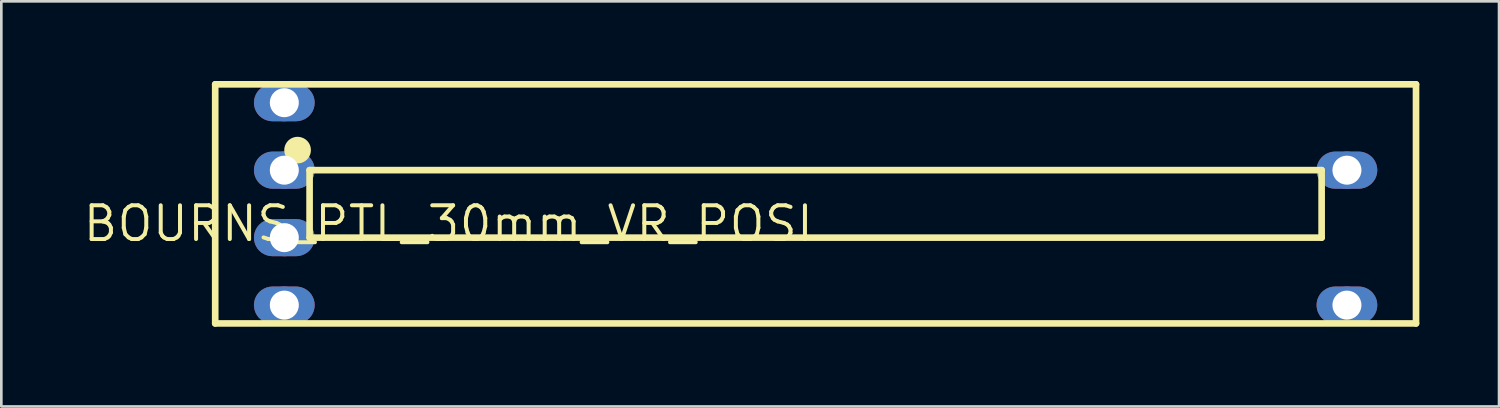
<source format=kicad_pcb>
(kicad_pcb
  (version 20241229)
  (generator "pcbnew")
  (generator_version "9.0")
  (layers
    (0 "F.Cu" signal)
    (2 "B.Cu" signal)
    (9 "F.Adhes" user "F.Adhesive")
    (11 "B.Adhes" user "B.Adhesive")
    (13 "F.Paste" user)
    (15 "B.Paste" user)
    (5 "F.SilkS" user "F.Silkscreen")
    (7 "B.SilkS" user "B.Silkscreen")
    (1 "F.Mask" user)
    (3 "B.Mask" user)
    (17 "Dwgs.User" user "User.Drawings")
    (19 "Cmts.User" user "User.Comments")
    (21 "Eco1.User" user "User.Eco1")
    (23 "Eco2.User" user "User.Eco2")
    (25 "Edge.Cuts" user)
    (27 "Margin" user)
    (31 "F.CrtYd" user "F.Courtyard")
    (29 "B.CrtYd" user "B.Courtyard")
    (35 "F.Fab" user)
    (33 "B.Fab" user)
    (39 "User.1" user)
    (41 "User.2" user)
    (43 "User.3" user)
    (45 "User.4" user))
  (footprint "BOURNS_PTL_30mm_VR_POSI"
    (layer "F.Cu")
    (at 27.652 4.625)
    (property "Reference" "BOURNS_PTL_30mm_VR_POSI" (at 0 0 0) (layer "F.SilkS") (effects (font (size 1.27 1.27) (thickness 0.15)) (justify right top)))
    (fp_poly (pts (xy -19.446 -4.5) (xy -19.34 -4.474) (xy -19.239 -4.432) (xy -19.145 -4.375) (xy -19.061 -4.304) (xy -18.99 -4.221) (xy -18.933 -4.127) (xy -18.891 -4.026) (xy -18.866 -3.919) (xy -18.857 -3.81) (xy -18.866 -3.701) (xy -18.891 -3.594) (xy -18.933 -3.493) (xy -18.99 -3.399) (xy -19.061 -3.316) (xy -19.145 -3.245) (xy -19.239 -3.188) (xy -19.34 -3.146) (xy -19.446 -3.12) (xy -19.556 -3.111) (xy -20.444 -3.111) (xy -20.554 -3.12) (xy -20.66 -3.146) (xy -20.761 -3.188) (xy -20.855 -3.245) (xy -20.939 -3.316) (xy -21.01 -3.399) (xy -21.067 -3.493) (xy -21.109 -3.594) (xy -21.134 -3.701) (xy -21.143 -3.81) (xy -21.134 -3.919) (xy -21.109 -4.026) (xy -21.067 -4.127) (xy -21.01 -4.221) (xy -20.939 -4.304) (xy -20.855 -4.375) (xy -20.761 -4.432) (xy -20.66 -4.474) (xy -20.554 -4.5) (xy -20.444 -4.508) (xy -19.556 -4.508)) (stroke (width 0) (type default)) (fill yes) (layer "F.Cu"))
    (fp_poly (pts (xy -19.446 -1.96) (xy -19.34 -1.934) (xy -19.239 -1.892) (xy -19.145 -1.835) (xy -19.061 -1.764) (xy -18.99 -1.681) (xy -18.933 -1.587) (xy -18.891 -1.486) (xy -18.866 -1.379) (xy -18.857 -1.27) (xy -18.866 -1.161) (xy -18.891 -1.054) (xy -18.933 -0.953) (xy -18.99 -0.859) (xy -19.061 -0.776) (xy -19.145 -0.705) (xy -19.239 -0.648) (xy -19.34 -0.606) (xy -19.446 -0.58) (xy -19.556 -0.571) (xy -20.444 -0.571) (xy -20.554 -0.58) (xy -20.66 -0.606) (xy -20.761 -0.648) (xy -20.855 -0.705) (xy -20.939 -0.776) (xy -21.01 -0.859) (xy -21.067 -0.953) (xy -21.109 -1.054) (xy -21.134 -1.161) (xy -21.143 -1.27) (xy -21.134 -1.379) (xy -21.109 -1.486) (xy -21.067 -1.587) (xy -21.01 -1.681) (xy -20.939 -1.764) (xy -20.855 -1.835) (xy -20.761 -1.892) (xy -20.66 -1.934) (xy -20.554 -1.96) (xy -20.444 -1.969) (xy -19.556 -1.969)) (stroke (width 0) (type default)) (fill yes) (layer "F.Cu"))
    (fp_poly (pts (xy -19.446 0.58) (xy -19.34 0.606) (xy -19.239 0.648) (xy -19.145 0.705) (xy -19.061 0.776) (xy -18.99 0.859) (xy -18.933 0.953) (xy -18.891 1.054) (xy -18.866 1.161) (xy -18.857 1.27) (xy -18.866 1.379) (xy -18.891 1.486) (xy -18.933 1.587) (xy -18.99 1.681) (xy -19.061 1.764) (xy -19.145 1.835) (xy -19.239 1.892) (xy -19.34 1.934) (xy -19.446 1.96) (xy -19.556 1.969) (xy -20.444 1.969) (xy -20.554 1.96) (xy -20.66 1.934) (xy -20.761 1.892) (xy -20.855 1.835) (xy -20.939 1.764) (xy -21.01 1.681) (xy -21.067 1.587) (xy -21.109 1.486) (xy -21.134 1.379) (xy -21.143 1.27) (xy -21.134 1.161) (xy -21.109 1.054) (xy -21.067 0.953) (xy -21.01 0.859) (xy -20.939 0.776) (xy -20.855 0.705) (xy -20.761 0.648) (xy -20.66 0.606) (xy -20.554 0.58) (xy -20.444 0.571) (xy -19.556 0.571)) (stroke (width 0) (type default)) (fill yes) (layer "F.Cu"))
    (fp_poly (pts (xy -19.446 3.12) (xy -19.34 3.146) (xy -19.239 3.188) (xy -19.145 3.245) (xy -19.061 3.316) (xy -18.99 3.399) (xy -18.933 3.493) (xy -18.891 3.594) (xy -18.866 3.701) (xy -18.857 3.81) (xy -18.866 3.919) (xy -18.891 4.026) (xy -18.933 4.127) (xy -18.99 4.221) (xy -19.061 4.304) (xy -19.145 4.375) (xy -19.239 4.432) (xy -19.34 4.474) (xy -19.446 4.5) (xy -19.556 4.508) (xy -20.444 4.508) (xy -20.554 4.5) (xy -20.66 4.474) (xy -20.761 4.432) (xy -20.855 4.375) (xy -20.939 4.304) (xy -21.01 4.221) (xy -21.067 4.127) (xy -21.109 4.026) (xy -21.134 3.919) (xy -21.143 3.81) (xy -21.134 3.701) (xy -21.109 3.594) (xy -21.067 3.493) (xy -21.01 3.399) (xy -20.939 3.316) (xy -20.855 3.245) (xy -20.761 3.188) (xy -20.66 3.146) (xy -20.554 3.12) (xy -20.444 3.111) (xy -19.556 3.111)) (stroke (width 0) (type default)) (fill yes) (layer "F.Cu"))
    (fp_poly (pts (xy 20.554 -1.96) (xy 20.66 -1.934) (xy 20.761 -1.892) (xy 20.855 -1.835) (xy 20.939 -1.764) (xy 21.01 -1.681) (xy 21.067 -1.587) (xy 21.109 -1.486) (xy 21.134 -1.379) (xy 21.143 -1.27) (xy 21.134 -1.161) (xy 21.109 -1.054) (xy 21.067 -0.953) (xy 21.01 -0.859) (xy 20.939 -0.776) (xy 20.855 -0.705) (xy 20.761 -0.648) (xy 20.66 -0.606) (xy 20.554 -0.58) (xy 20.444 -0.571) (xy 19.556 -0.571) (xy 19.446 -0.58) (xy 19.34 -0.606) (xy 19.239 -0.648) (xy 19.145 -0.705) (xy 19.061 -0.776) (xy 18.99 -0.859) (xy 18.933 -0.953) (xy 18.891 -1.054) (xy 18.866 -1.161) (xy 18.857 -1.27) (xy 18.866 -1.379) (xy 18.891 -1.486) (xy 18.933 -1.587) (xy 18.99 -1.681) (xy 19.061 -1.764) (xy 19.145 -1.835) (xy 19.239 -1.892) (xy 19.34 -1.934) (xy 19.446 -1.96) (xy 19.556 -1.969) (xy 20.444 -1.969)) (stroke (width 0) (type default)) (fill yes) (layer "F.Cu"))
    (fp_poly (pts (xy 20.554 3.12) (xy 20.66 3.146) (xy 20.761 3.188) (xy 20.855 3.245) (xy 20.939 3.316) (xy 21.01 3.399) (xy 21.067 3.493) (xy 21.109 3.594) (xy 21.134 3.701) (xy 21.143 3.81) (xy 21.134 3.919) (xy 21.109 4.026) (xy 21.067 4.127) (xy 21.01 4.221) (xy 20.939 4.304) (xy 20.855 4.375) (xy 20.761 4.432) (xy 20.66 4.474) (xy 20.554 4.5) (xy 20.444 4.508) (xy 19.556 4.508) (xy 19.446 4.5) (xy 19.34 4.474) (xy 19.239 4.432) (xy 19.145 4.375) (xy 19.061 4.304) (xy 18.99 4.221) (xy 18.933 4.127) (xy 18.891 4.026) (xy 18.866 3.919) (xy 18.857 3.81) (xy 18.866 3.701) (xy 18.891 3.594) (xy 18.933 3.493) (xy 18.99 3.399) (xy 19.061 3.316) (xy 19.145 3.245) (xy 19.239 3.188) (xy 19.34 3.146) (xy 19.446 3.12) (xy 19.556 3.111) (xy 20.444 3.111)) (stroke (width 0) (type default)) (fill yes) (layer "F.Cu"))
    (fp_poly (pts (xy -19.43 -4.601) (xy -19.308 -4.572) (xy -19.192 -4.524) (xy -19.084 -4.458) (xy -18.989 -4.377) (xy -18.907 -4.281) (xy -18.842 -4.173) (xy -18.794 -4.057) (xy -18.764 -3.935) (xy -18.754 -3.81) (xy -18.764 -3.685) (xy -18.794 -3.563) (xy -18.842 -3.447) (xy -18.907 -3.339) (xy -18.989 -3.243) (xy -19.084 -3.162) (xy -19.192 -3.096) (xy -19.308 -3.048) (xy -19.43 -3.019) (xy -19.556 -3.009) (xy -20.444 -3.009) (xy -20.57 -3.019) (xy -20.692 -3.048) (xy -20.808 -3.096) (xy -20.916 -3.162) (xy -21.011 -3.243) (xy -21.093 -3.339) (xy -21.158 -3.447) (xy -21.206 -3.563) (xy -21.236 -3.685) (xy -21.246 -3.81) (xy -21.236 -3.935) (xy -21.206 -4.057) (xy -21.158 -4.173) (xy -21.093 -4.281) (xy -21.011 -4.377) (xy -20.916 -4.458) (xy -20.808 -4.524) (xy -20.692 -4.572) (xy -20.57 -4.601) (xy -20.444 -4.611) (xy -19.556 -4.611)) (stroke (width 0) (type default)) (fill yes) (layer "F.Mask"))
    (fp_poly (pts (xy -19.43 -2.061) (xy -19.308 -2.032) (xy -19.192 -1.984) (xy -19.084 -1.918) (xy -18.989 -1.837) (xy -18.907 -1.741) (xy -18.842 -1.633) (xy -18.794 -1.517) (xy -18.764 -1.395) (xy -18.754 -1.27) (xy -18.764 -1.145) (xy -18.794 -1.023) (xy -18.842 -0.907) (xy -18.907 -0.799) (xy -18.989 -0.703) (xy -19.084 -0.622) (xy -19.192 -0.556) (xy -19.308 -0.508) (xy -19.43 -0.479) (xy -19.556 -0.469) (xy -20.444 -0.469) (xy -20.57 -0.479) (xy -20.692 -0.508) (xy -20.808 -0.556) (xy -20.916 -0.622) (xy -21.011 -0.703) (xy -21.093 -0.799) (xy -21.158 -0.907) (xy -21.206 -1.023) (xy -21.236 -1.145) (xy -21.246 -1.27) (xy -21.236 -1.395) (xy -21.206 -1.517) (xy -21.158 -1.633) (xy -21.093 -1.741) (xy -21.011 -1.837) (xy -20.916 -1.918) (xy -20.808 -1.984) (xy -20.692 -2.032) (xy -20.57 -2.061) (xy -20.444 -2.071) (xy -19.556 -2.071)) (stroke (width 0) (type default)) (fill yes) (layer "F.Mask"))
    (fp_poly (pts (xy -19.43 0.479) (xy -19.308 0.508) (xy -19.192 0.556) (xy -19.084 0.622) (xy -18.989 0.703) (xy -18.907 0.799) (xy -18.842 0.907) (xy -18.794 1.023) (xy -18.764 1.145) (xy -18.754 1.27) (xy -18.764 1.395) (xy -18.794 1.517) (xy -18.842 1.633) (xy -18.907 1.741) (xy -18.989 1.837) (xy -19.084 1.918) (xy -19.192 1.984) (xy -19.308 2.032) (xy -19.43 2.061) (xy -19.556 2.071) (xy -20.444 2.071) (xy -20.57 2.061) (xy -20.692 2.032) (xy -20.808 1.984) (xy -20.916 1.918) (xy -21.011 1.837) (xy -21.093 1.741) (xy -21.158 1.633) (xy -21.206 1.517) (xy -21.236 1.395) (xy -21.246 1.27) (xy -21.236 1.145) (xy -21.206 1.023) (xy -21.158 0.907) (xy -21.093 0.799) (xy -21.011 0.703) (xy -20.916 0.622) (xy -20.808 0.556) (xy -20.692 0.508) (xy -20.57 0.479) (xy -20.444 0.469) (xy -19.556 0.469)) (stroke (width 0) (type default)) (fill yes) (layer "F.Mask"))
    (fp_poly (pts (xy -19.43 3.019) (xy -19.308 3.048) (xy -19.192 3.096) (xy -19.084 3.162) (xy -18.989 3.243) (xy -18.907 3.339) (xy -18.842 3.447) (xy -18.794 3.563) (xy -18.764 3.685) (xy -18.754 3.81) (xy -18.764 3.935) (xy -18.794 4.057) (xy -18.842 4.173) (xy -18.907 4.281) (xy -18.989 4.377) (xy -19.084 4.458) (xy -19.192 4.524) (xy -19.308 4.572) (xy -19.43 4.601) (xy -19.556 4.611) (xy -20.444 4.611) (xy -20.57 4.601) (xy -20.692 4.572) (xy -20.808 4.524) (xy -20.916 4.458) (xy -21.011 4.377) (xy -21.093 4.281) (xy -21.158 4.173) (xy -21.206 4.057) (xy -21.236 3.935) (xy -21.246 3.81) (xy -21.236 3.685) (xy -21.206 3.563) (xy -21.158 3.447) (xy -21.093 3.339) (xy -21.011 3.243) (xy -20.916 3.162) (xy -20.808 3.096) (xy -20.692 3.048) (xy -20.57 3.019) (xy -20.444 3.009) (xy -19.556 3.009)) (stroke (width 0) (type default)) (fill yes) (layer "F.Mask"))
    (fp_poly (pts (xy 20.57 -2.061) (xy 20.692 -2.032) (xy 20.808 -1.984) (xy 20.916 -1.918) (xy 21.011 -1.837) (xy 21.093 -1.741) (xy 21.158 -1.633) (xy 21.206 -1.517) (xy 21.236 -1.395) (xy 21.246 -1.27) (xy 21.236 -1.145) (xy 21.206 -1.023) (xy 21.158 -0.907) (xy 21.093 -0.799) (xy 21.011 -0.703) (xy 20.916 -0.622) (xy 20.808 -0.556) (xy 20.692 -0.508) (xy 20.57 -0.479) (xy 20.444 -0.469) (xy 19.556 -0.469) (xy 19.43 -0.479) (xy 19.308 -0.508) (xy 19.192 -0.556) (xy 19.084 -0.622) (xy 18.989 -0.703) (xy 18.907 -0.799) (xy 18.842 -0.907) (xy 18.794 -1.023) (xy 18.764 -1.145) (xy 18.754 -1.27) (xy 18.764 -1.395) (xy 18.794 -1.517) (xy 18.842 -1.633) (xy 18.907 -1.741) (xy 18.989 -1.837) (xy 19.084 -1.918) (xy 19.192 -1.984) (xy 19.308 -2.032) (xy 19.43 -2.061) (xy 19.556 -2.071) (xy 20.444 -2.071)) (stroke (width 0) (type default)) (fill yes) (layer "F.Mask"))
    (fp_poly (pts (xy 20.57 3.019) (xy 20.692 3.048) (xy 20.808 3.096) (xy 20.916 3.162) (xy 21.011 3.243) (xy 21.093 3.339) (xy 21.158 3.447) (xy 21.206 3.563) (xy 21.236 3.685) (xy 21.246 3.81) (xy 21.236 3.935) (xy 21.206 4.057) (xy 21.158 4.173) (xy 21.093 4.281) (xy 21.011 4.377) (xy 20.916 4.458) (xy 20.808 4.524) (xy 20.692 4.572) (xy 20.57 4.601) (xy 20.444 4.611) (xy 19.556 4.611) (xy 19.43 4.601) (xy 19.308 4.572) (xy 19.192 4.524) (xy 19.084 4.458) (xy 18.989 4.377) (xy 18.907 4.281) (xy 18.842 4.173) (xy 18.794 4.057) (xy 18.764 3.935) (xy 18.754 3.81) (xy 18.764 3.685) (xy 18.794 3.563) (xy 18.842 3.447) (xy 18.907 3.339) (xy 18.989 3.243) (xy 19.084 3.162) (xy 19.192 3.096) (xy 19.308 3.048) (xy 19.43 3.019) (xy 19.556 3.009) (xy 20.444 3.009)) (stroke (width 0) (type default)) (fill yes) (layer "F.Mask"))
    (fp_poly (pts (xy -19.446 -4.5) (xy -19.34 -4.474) (xy -19.239 -4.432) (xy -19.145 -4.375) (xy -19.061 -4.304) (xy -18.99 -4.221) (xy -18.933 -4.127) (xy -18.891 -4.026) (xy -18.866 -3.919) (xy -18.857 -3.81) (xy -18.866 -3.701) (xy -18.891 -3.594) (xy -18.933 -3.493) (xy -18.99 -3.399) (xy -19.061 -3.316) (xy -19.145 -3.245) (xy -19.239 -3.188) (xy -19.34 -3.146) (xy -19.446 -3.12) (xy -19.556 -3.111) (xy -20.444 -3.111) (xy -20.554 -3.12) (xy -20.66 -3.146) (xy -20.761 -3.188) (xy -20.855 -3.245) (xy -20.939 -3.316) (xy -21.01 -3.399) (xy -21.067 -3.493) (xy -21.109 -3.594) (xy -21.134 -3.701) (xy -21.143 -3.81) (xy -21.134 -3.919) (xy -21.109 -4.026) (xy -21.067 -4.127) (xy -21.01 -4.221) (xy -20.939 -4.304) (xy -20.855 -4.375) (xy -20.761 -4.432) (xy -20.66 -4.474) (xy -20.554 -4.5) (xy -20.444 -4.508) (xy -19.556 -4.508)) (stroke (width 0) (type default)) (fill yes) (layer "B.Cu"))
    (fp_poly (pts (xy -19.446 -1.96) (xy -19.34 -1.934) (xy -19.239 -1.892) (xy -19.145 -1.835) (xy -19.061 -1.764) (xy -18.99 -1.681) (xy -18.933 -1.587) (xy -18.891 -1.486) (xy -18.866 -1.379) (xy -18.857 -1.27) (xy -18.866 -1.161) (xy -18.891 -1.054) (xy -18.933 -0.953) (xy -18.99 -0.859) (xy -19.061 -0.776) (xy -19.145 -0.705) (xy -19.239 -0.648) (xy -19.34 -0.606) (xy -19.446 -0.58) (xy -19.556 -0.571) (xy -20.444 -0.571) (xy -20.554 -0.58) (xy -20.66 -0.606) (xy -20.761 -0.648) (xy -20.855 -0.705) (xy -20.939 -0.776) (xy -21.01 -0.859) (xy -21.067 -0.953) (xy -21.109 -1.054) (xy -21.134 -1.161) (xy -21.143 -1.27) (xy -21.134 -1.379) (xy -21.109 -1.486) (xy -21.067 -1.587) (xy -21.01 -1.681) (xy -20.939 -1.764) (xy -20.855 -1.835) (xy -20.761 -1.892) (xy -20.66 -1.934) (xy -20.554 -1.96) (xy -20.444 -1.969) (xy -19.556 -1.969)) (stroke (width 0) (type default)) (fill yes) (layer "B.Cu"))
    (fp_poly (pts (xy -19.446 0.58) (xy -19.34 0.606) (xy -19.239 0.648) (xy -19.145 0.705) (xy -19.061 0.776) (xy -18.99 0.859) (xy -18.933 0.953) (xy -18.891 1.054) (xy -18.866 1.161) (xy -18.857 1.27) (xy -18.866 1.379) (xy -18.891 1.486) (xy -18.933 1.587) (xy -18.99 1.681) (xy -19.061 1.764) (xy -19.145 1.835) (xy -19.239 1.892) (xy -19.34 1.934) (xy -19.446 1.96) (xy -19.556 1.969) (xy -20.444 1.969) (xy -20.554 1.96) (xy -20.66 1.934) (xy -20.761 1.892) (xy -20.855 1.835) (xy -20.939 1.764) (xy -21.01 1.681) (xy -21.067 1.587) (xy -21.109 1.486) (xy -21.134 1.379) (xy -21.143 1.27) (xy -21.134 1.161) (xy -21.109 1.054) (xy -21.067 0.953) (xy -21.01 0.859) (xy -20.939 0.776) (xy -20.855 0.705) (xy -20.761 0.648) (xy -20.66 0.606) (xy -20.554 0.58) (xy -20.444 0.571) (xy -19.556 0.571)) (stroke (width 0) (type default)) (fill yes) (layer "B.Cu"))
    (fp_poly (pts (xy -19.446 3.12) (xy -19.34 3.146) (xy -19.239 3.188) (xy -19.145 3.245) (xy -19.061 3.316) (xy -18.99 3.399) (xy -18.933 3.493) (xy -18.891 3.594) (xy -18.866 3.701) (xy -18.857 3.81) (xy -18.866 3.919) (xy -18.891 4.026) (xy -18.933 4.127) (xy -18.99 4.221) (xy -19.061 4.304) (xy -19.145 4.375) (xy -19.239 4.432) (xy -19.34 4.474) (xy -19.446 4.5) (xy -19.556 4.508) (xy -20.444 4.508) (xy -20.554 4.5) (xy -20.66 4.474) (xy -20.761 4.432) (xy -20.855 4.375) (xy -20.939 4.304) (xy -21.01 4.221) (xy -21.067 4.127) (xy -21.109 4.026) (xy -21.134 3.919) (xy -21.143 3.81) (xy -21.134 3.701) (xy -21.109 3.594) (xy -21.067 3.493) (xy -21.01 3.399) (xy -20.939 3.316) (xy -20.855 3.245) (xy -20.761 3.188) (xy -20.66 3.146) (xy -20.554 3.12) (xy -20.444 3.111) (xy -19.556 3.111)) (stroke (width 0) (type default)) (fill yes) (layer "B.Cu"))
    (fp_poly (pts (xy 20.554 -1.96) (xy 20.66 -1.934) (xy 20.761 -1.892) (xy 20.855 -1.835) (xy 20.939 -1.764) (xy 21.01 -1.681) (xy 21.067 -1.587) (xy 21.109 -1.486) (xy 21.134 -1.379) (xy 21.143 -1.27) (xy 21.134 -1.161) (xy 21.109 -1.054) (xy 21.067 -0.953) (xy 21.01 -0.859) (xy 20.939 -0.776) (xy 20.855 -0.705) (xy 20.761 -0.648) (xy 20.66 -0.606) (xy 20.554 -0.58) (xy 20.444 -0.571) (xy 19.556 -0.571) (xy 19.446 -0.58) (xy 19.34 -0.606) (xy 19.239 -0.648) (xy 19.145 -0.705) (xy 19.061 -0.776) (xy 18.99 -0.859) (xy 18.933 -0.953) (xy 18.891 -1.054) (xy 18.866 -1.161) (xy 18.857 -1.27) (xy 18.866 -1.379) (xy 18.891 -1.486) (xy 18.933 -1.587) (xy 18.99 -1.681) (xy 19.061 -1.764) (xy 19.145 -1.835) (xy 19.239 -1.892) (xy 19.34 -1.934) (xy 19.446 -1.96) (xy 19.556 -1.969) (xy 20.444 -1.969)) (stroke (width 0) (type default)) (fill yes) (layer "B.Cu"))
    (fp_poly (pts (xy 20.554 3.12) (xy 20.66 3.146) (xy 20.761 3.188) (xy 20.855 3.245) (xy 20.939 3.316) (xy 21.01 3.399) (xy 21.067 3.493) (xy 21.109 3.594) (xy 21.134 3.701) (xy 21.143 3.81) (xy 21.134 3.919) (xy 21.109 4.026) (xy 21.067 4.127) (xy 21.01 4.221) (xy 20.939 4.304) (xy 20.855 4.375) (xy 20.761 4.432) (xy 20.66 4.474) (xy 20.554 4.5) (xy 20.444 4.508) (xy 19.556 4.508) (xy 19.446 4.5) (xy 19.34 4.474) (xy 19.239 4.432) (xy 19.145 4.375) (xy 19.061 4.304) (xy 18.99 4.221) (xy 18.933 4.127) (xy 18.891 4.026) (xy 18.866 3.919) (xy 18.857 3.81) (xy 18.866 3.701) (xy 18.891 3.594) (xy 18.933 3.493) (xy 18.99 3.399) (xy 19.061 3.316) (xy 19.145 3.245) (xy 19.239 3.188) (xy 19.34 3.146) (xy 19.446 3.12) (xy 19.556 3.111) (xy 20.444 3.111)) (stroke (width 0) (type default)) (fill yes) (layer "B.Cu"))
    (fp_poly (pts (xy -19.43 -4.601) (xy -19.308 -4.572) (xy -19.192 -4.524) (xy -19.084 -4.458) (xy -18.989 -4.377) (xy -18.907 -4.281) (xy -18.842 -4.173) (xy -18.794 -4.057) (xy -18.764 -3.935) (xy -18.754 -3.81) (xy -18.764 -3.685) (xy -18.794 -3.563) (xy -18.842 -3.447) (xy -18.907 -3.339) (xy -18.989 -3.243) (xy -19.084 -3.162) (xy -19.192 -3.096) (xy -19.308 -3.048) (xy -19.43 -3.019) (xy -19.556 -3.009) (xy -20.444 -3.009) (xy -20.57 -3.019) (xy -20.692 -3.048) (xy -20.808 -3.096) (xy -20.916 -3.162) (xy -21.011 -3.243) (xy -21.093 -3.339) (xy -21.158 -3.447) (xy -21.206 -3.563) (xy -21.236 -3.685) (xy -21.246 -3.81) (xy -21.236 -3.935) (xy -21.206 -4.057) (xy -21.158 -4.173) (xy -21.093 -4.281) (xy -21.011 -4.377) (xy -20.916 -4.458) (xy -20.808 -4.524) (xy -20.692 -4.572) (xy -20.57 -4.601) (xy -20.444 -4.611) (xy -19.556 -4.611)) (stroke (width 0) (type default)) (fill yes) (layer "B.Mask"))
    (fp_poly (pts (xy -19.43 -2.061) (xy -19.308 -2.032) (xy -19.192 -1.984) (xy -19.084 -1.918) (xy -18.989 -1.837) (xy -18.907 -1.741) (xy -18.842 -1.633) (xy -18.794 -1.517) (xy -18.764 -1.395) (xy -18.754 -1.27) (xy -18.764 -1.145) (xy -18.794 -1.023) (xy -18.842 -0.907) (xy -18.907 -0.799) (xy -18.989 -0.703) (xy -19.084 -0.622) (xy -19.192 -0.556) (xy -19.308 -0.508) (xy -19.43 -0.479) (xy -19.556 -0.469) (xy -20.444 -0.469) (xy -20.57 -0.479) (xy -20.692 -0.508) (xy -20.808 -0.556) (xy -20.916 -0.622) (xy -21.011 -0.703) (xy -21.093 -0.799) (xy -21.158 -0.907) (xy -21.206 -1.023) (xy -21.236 -1.145) (xy -21.246 -1.27) (xy -21.236 -1.395) (xy -21.206 -1.517) (xy -21.158 -1.633) (xy -21.093 -1.741) (xy -21.011 -1.837) (xy -20.916 -1.918) (xy -20.808 -1.984) (xy -20.692 -2.032) (xy -20.57 -2.061) (xy -20.444 -2.071) (xy -19.556 -2.071)) (stroke (width 0) (type default)) (fill yes) (layer "B.Mask"))
    (fp_poly (pts (xy -19.43 0.479) (xy -19.308 0.508) (xy -19.192 0.556) (xy -19.084 0.622) (xy -18.989 0.703) (xy -18.907 0.799) (xy -18.842 0.907) (xy -18.794 1.023) (xy -18.764 1.145) (xy -18.754 1.27) (xy -18.764 1.395) (xy -18.794 1.517) (xy -18.842 1.633) (xy -18.907 1.741) (xy -18.989 1.837) (xy -19.084 1.918) (xy -19.192 1.984) (xy -19.308 2.032) (xy -19.43 2.061) (xy -19.556 2.071) (xy -20.444 2.071) (xy -20.57 2.061) (xy -20.692 2.032) (xy -20.808 1.984) (xy -20.916 1.918) (xy -21.011 1.837) (xy -21.093 1.741) (xy -21.158 1.633) (xy -21.206 1.517) (xy -21.236 1.395) (xy -21.246 1.27) (xy -21.236 1.145) (xy -21.206 1.023) (xy -21.158 0.907) (xy -21.093 0.799) (xy -21.011 0.703) (xy -20.916 0.622) (xy -20.808 0.556) (xy -20.692 0.508) (xy -20.57 0.479) (xy -20.444 0.469) (xy -19.556 0.469)) (stroke (width 0) (type default)) (fill yes) (layer "B.Mask"))
    (fp_poly (pts (xy -19.43 3.019) (xy -19.308 3.048) (xy -19.192 3.096) (xy -19.084 3.162) (xy -18.989 3.243) (xy -18.907 3.339) (xy -18.842 3.447) (xy -18.794 3.563) (xy -18.764 3.685) (xy -18.754 3.81) (xy -18.764 3.935) (xy -18.794 4.057) (xy -18.842 4.173) (xy -18.907 4.281) (xy -18.989 4.377) (xy -19.084 4.458) (xy -19.192 4.524) (xy -19.308 4.572) (xy -19.43 4.601) (xy -19.556 4.611) (xy -20.444 4.611) (xy -20.57 4.601) (xy -20.692 4.572) (xy -20.808 4.524) (xy -20.916 4.458) (xy -21.011 4.377) (xy -21.093 4.281) (xy -21.158 4.173) (xy -21.206 4.057) (xy -21.236 3.935) (xy -21.246 3.81) (xy -21.236 3.685) (xy -21.206 3.563) (xy -21.158 3.447) (xy -21.093 3.339) (xy -21.011 3.243) (xy -20.916 3.162) (xy -20.808 3.096) (xy -20.692 3.048) (xy -20.57 3.019) (xy -20.444 3.009) (xy -19.556 3.009)) (stroke (width 0) (type default)) (fill yes) (layer "B.Mask"))
    (fp_poly (pts (xy 20.57 -2.061) (xy 20.692 -2.032) (xy 20.808 -1.984) (xy 20.916 -1.918) (xy 21.011 -1.837) (xy 21.093 -1.741) (xy 21.158 -1.633) (xy 21.206 -1.517) (xy 21.236 -1.395) (xy 21.246 -1.27) (xy 21.236 -1.145) (xy 21.206 -1.023) (xy 21.158 -0.907) (xy 21.093 -0.799) (xy 21.011 -0.703) (xy 20.916 -0.622) (xy 20.808 -0.556) (xy 20.692 -0.508) (xy 20.57 -0.479) (xy 20.444 -0.469) (xy 19.556 -0.469) (xy 19.43 -0.479) (xy 19.308 -0.508) (xy 19.192 -0.556) (xy 19.084 -0.622) (xy 18.989 -0.703) (xy 18.907 -0.799) (xy 18.842 -0.907) (xy 18.794 -1.023) (xy 18.764 -1.145) (xy 18.754 -1.27) (xy 18.764 -1.395) (xy 18.794 -1.517) (xy 18.842 -1.633) (xy 18.907 -1.741) (xy 18.989 -1.837) (xy 19.084 -1.918) (xy 19.192 -1.984) (xy 19.308 -2.032) (xy 19.43 -2.061) (xy 19.556 -2.071) (xy 20.444 -2.071)) (stroke (width 0) (type default)) (fill yes) (layer "B.Mask"))
    (fp_poly (pts (xy 20.57 3.019) (xy 20.692 3.048) (xy 20.808 3.096) (xy 20.916 3.162) (xy 21.011 3.243) (xy 21.093 3.339) (xy 21.158 3.447) (xy 21.206 3.563) (xy 21.236 3.685) (xy 21.246 3.81) (xy 21.236 3.935) (xy 21.206 4.057) (xy 21.158 4.173) (xy 21.093 4.281) (xy 21.011 4.377) (xy 20.916 4.458) (xy 20.808 4.524) (xy 20.692 4.572) (xy 20.57 4.601) (xy 20.444 4.611) (xy 19.556 4.611) (xy 19.43 4.601) (xy 19.308 4.572) (xy 19.192 4.524) (xy 19.084 4.458) (xy 18.989 4.377) (xy 18.907 4.281) (xy 18.842 4.173) (xy 18.794 4.057) (xy 18.764 3.935) (xy 18.754 3.81) (xy 18.764 3.685) (xy 18.794 3.563) (xy 18.842 3.447) (xy 18.907 3.339) (xy 18.989 3.243) (xy 19.084 3.162) (xy 19.192 3.096) (xy 19.308 3.048) (xy 19.43 3.019) (xy 19.556 3.009) (xy 20.444 3.009)) (stroke (width 0) (type default)) (fill yes) (layer "B.Mask"))
    (fp_line (start -22.601 -4.5) (end -22.601 4.5) (stroke (width 0.25) (type solid)) (layer "F.SilkS"))
    (fp_line (start -22.601 -4.5) (end 22.601 -4.5) (stroke (width 0.25) (type solid)) (layer "F.SilkS"))
    (fp_line (start -22.601 4.5) (end 22.601 4.5) (stroke (width 0.25) (type solid)) (layer "F.SilkS"))
    (fp_line (start -19.048 1.27) (end -19.048 -1.27) (stroke (width 0.25) (type solid)) (layer "F.SilkS"))
    (fp_line (start -19.048 1.27) (end 19.048 1.27) (stroke (width 0.25) (type solid)) (layer "F.SilkS"))
    (fp_line (start 19.048 -1.27) (end -19.048 -1.27) (stroke (width 0.25) (type solid)) (layer "F.SilkS"))
    (fp_line (start 19.048 -1.27) (end 19.048 1.27) (stroke (width 0.25) (type solid)) (layer "F.SilkS"))
    (fp_line (start 22.601 -4.5) (end 22.601 4.5) (stroke (width 0.25) (type solid)) (layer "F.SilkS"))
    (fp_poly (pts (xy -18.998 -1.999) (xy -20.003 -1.999) (xy -20.003 -2.001) (xy -18.998 -2.001)) (stroke (width 0) (type default)) (fill yes) (layer "F.SilkS"))
    (fp_poly (pts (xy -19.42 -2.519) (xy -19.344 -2.5) (xy -19.273 -2.471) (xy -19.205 -2.43) (xy -19.144 -2.379) (xy -19.094 -2.319) (xy -19.052 -2.252) (xy -19.023 -2.178) (xy -19.004 -2.102) (xy -18.999 -2.024) (xy -19.004 -1.947) (xy -19.023 -1.87) (xy -19.052 -1.797) (xy -19.094 -1.73) (xy -19.144 -1.67) (xy -19.205 -1.619) (xy -19.272 -1.579) (xy -19.343 -1.548) (xy -19.421 -1.529) (xy -19.495 -1.524) (xy -19.506 -1.524) (xy -19.579 -1.529) (xy -19.657 -1.548) (xy -19.73 -1.579) (xy -19.796 -1.62) (xy -19.856 -1.67) (xy -19.906 -1.73) (xy -19.947 -1.796) (xy -19.978 -1.87) (xy -19.996 -1.947) (xy -20.002 -2.024) (xy -19.996 -2.102) (xy -19.978 -2.178) (xy -19.947 -2.252) (xy -19.906 -2.319) (xy -19.856 -2.379) (xy -19.796 -2.429) (xy -19.729 -2.471) (xy -19.656 -2.5) (xy -19.58 -2.519) (xy -19.507 -2.525) (xy -19.494 -2.525)) (stroke (width 0) (type default)) (fill yes) (layer "F.SilkS"))
    (pad "1" thru_hole circle (at -20 -1.27 180) (size 1.397 1.397) (drill 1.092) (layers "*.Cu"))
    (pad "2" thru_hole circle (at -20 -3.81 180) (size 1.397 1.397) (drill 1.092) (layers "*.Cu"))
    (pad "3" thru_hole circle (at 20 -1.27 180) (size 1.397 1.397) (drill 1.092) (layers "*.Cu"))
    (pad "4" thru_hole circle (at -20 1.27 180) (size 1.397 1.397) (drill 1.092) (layers "*.Cu"))
    (pad "5" thru_hole circle (at 20 3.81 180) (size 1.397 1.397) (drill 1.092) (layers "*.Cu"))
    (pad "6" thru_hole circle (at -20 3.81 180) (size 1.397 1.397) (drill 1.092) (layers "*.Cu")))
  (gr_rect
    (start -3 -3)
    (end 53.378 12.25)
    (stroke (width 0.1) (type default))
    (fill no)
    (layer "Edge.Cuts")))
</source>
